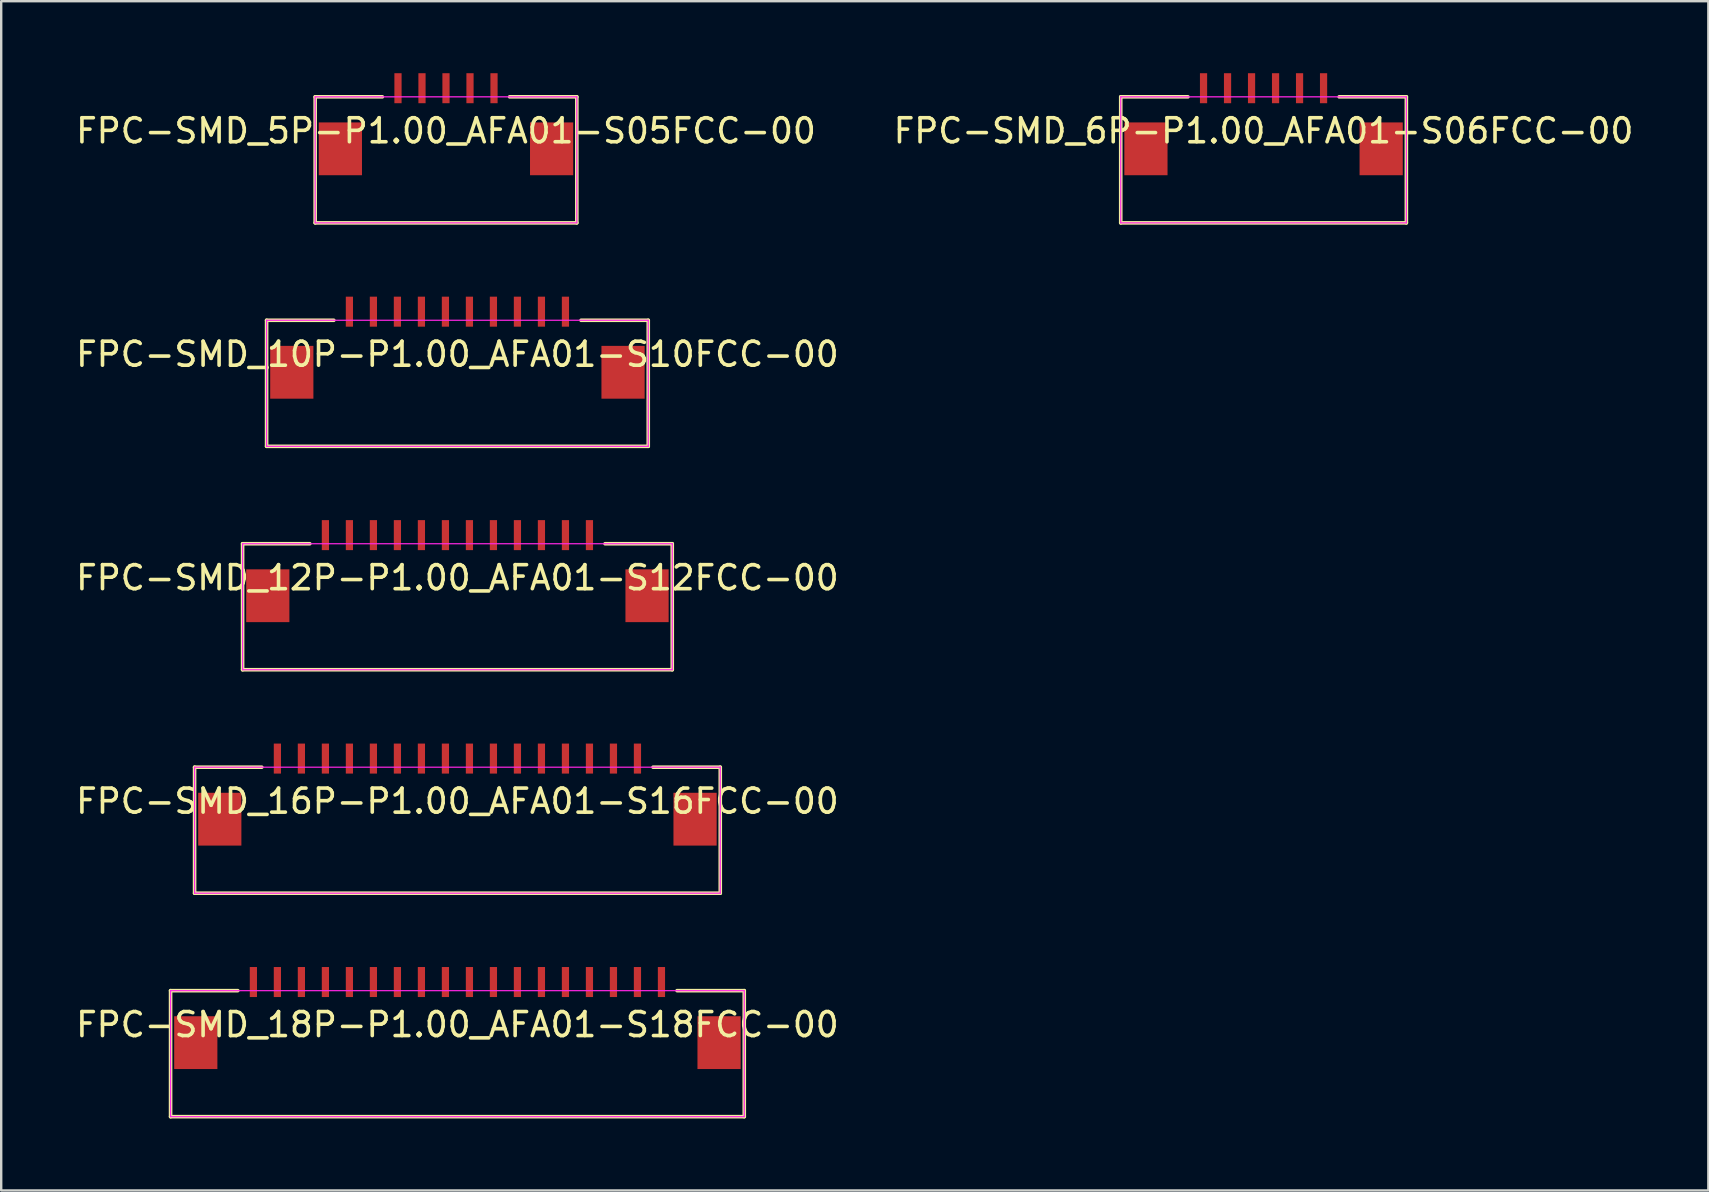
<source format=kicad_pcb>
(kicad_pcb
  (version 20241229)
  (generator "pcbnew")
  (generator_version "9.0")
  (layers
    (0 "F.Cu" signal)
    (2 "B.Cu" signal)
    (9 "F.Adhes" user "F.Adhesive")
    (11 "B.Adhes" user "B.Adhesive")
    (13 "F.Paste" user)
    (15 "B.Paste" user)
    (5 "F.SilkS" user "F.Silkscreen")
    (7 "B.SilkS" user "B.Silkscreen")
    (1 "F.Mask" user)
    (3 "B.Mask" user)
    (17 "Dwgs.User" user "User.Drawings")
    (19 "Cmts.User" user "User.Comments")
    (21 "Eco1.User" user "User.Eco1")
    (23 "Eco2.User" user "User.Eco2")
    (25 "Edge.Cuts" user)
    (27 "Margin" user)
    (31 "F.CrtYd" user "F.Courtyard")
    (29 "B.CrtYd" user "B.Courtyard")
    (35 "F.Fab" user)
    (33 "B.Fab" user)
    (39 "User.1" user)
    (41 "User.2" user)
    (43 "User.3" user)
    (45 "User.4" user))
  (footprint "FPC-SMD_16P-P1.00_AFA01-S16FCC-00"
    (layer "F.Cu")
    (at 16.006 28.552)
    (property "Reference" "FPC-SMD_16P-P1.00_AFA01-S16FCC-00" (at 0 1.775 0) (layer "F.SilkS") (effects (font (size 1 1) (thickness 0.15))))
    (fp_line (start -10.95 0.359) (end -10.95 5.609) (stroke (width 0.15) (type default)) (layer "F.SilkS"))
    (fp_line (start -10.95 0.359) (end -8.15 0.359) (stroke (width 0.15) (type default)) (layer "F.SilkS"))
    (fp_line (start -10.95 5.609) (end 10.95 5.609) (stroke (width 0.15) (type default)) (layer "F.SilkS"))
    (fp_line (start 10.95 0.359) (end 8.15 0.359) (stroke (width 0.15) (type default)) (layer "F.SilkS"))
    (fp_line (start 10.95 0.359) (end 10.95 5.609) (stroke (width 0.15) (type default)) (layer "F.SilkS"))
    (fp_line (start -10.95 0.359) (end -10.95 5.609) (stroke (width 0.05) (type default)) (layer "F.CrtYd"))
    (fp_line (start -10.95 0.359) (end 10.95 0.359) (stroke (width 0.05) (type default)) (layer "F.CrtYd"))
    (fp_line (start -10.95 5.609) (end 10.95 5.609) (stroke (width 0.05) (type default)) (layer "F.CrtYd"))
    (fp_line (start 10.95 0.359) (end 10.95 5.609) (stroke (width 0.05) (type default)) (layer "F.CrtYd"))
    (pad "0" smd rect (at -9.9 2.525) (size 1.8 2.2) (layers "F.Cu" "F.Mask" "F.Paste"))
    (pad "0" smd rect (at 9.9 2.525) (size 1.8 2.2) (layers "F.Cu" "F.Mask" "F.Paste"))
    (pad "1" smd rect (at -7.5 0) (size 0.3 1.25) (layers "F.Cu" "F.Mask" "F.Paste"))
    (pad "2" smd rect (at -6.5 0) (size 0.3 1.25) (layers "F.Cu" "F.Mask" "F.Paste"))
    (pad "3" smd rect (at -5.5 0) (size 0.3 1.25) (layers "F.Cu" "F.Mask" "F.Paste"))
    (pad "4" smd rect (at -4.5 0) (size 0.3 1.25) (layers "F.Cu" "F.Mask" "F.Paste"))
    (pad "5" smd rect (at -3.5 0) (size 0.3 1.25) (layers "F.Cu" "F.Mask" "F.Paste"))
    (pad "6" smd rect (at -2.5 0) (size 0.3 1.25) (layers "F.Cu" "F.Mask" "F.Paste"))
    (pad "7" smd rect (at -1.5 0) (size 0.3 1.25) (layers "F.Cu" "F.Mask" "F.Paste"))
    (pad "8" smd rect (at -0.5 0) (size 0.3 1.25) (layers "F.Cu" "F.Mask" "F.Paste"))
    (pad "9" smd rect (at 0.5 0) (size 0.3 1.25) (layers "F.Cu" "F.Mask" "F.Paste"))
    (pad "10" smd rect (at 1.5 0) (size 0.3 1.25) (layers "F.Cu" "F.Mask" "F.Paste"))
    (pad "11" smd rect (at 2.5 0) (size 0.3 1.25) (layers "F.Cu" "F.Mask" "F.Paste"))
    (pad "12" smd rect (at 3.5 0) (size 0.3 1.25) (layers "F.Cu" "F.Mask" "F.Paste"))
    (pad "13" smd rect (at 4.5 0) (size 0.3 1.25) (layers "F.Cu" "F.Mask" "F.Paste"))
    (pad "14" smd rect (at 5.5 0) (size 0.3 1.25) (layers "F.Cu" "F.Mask" "F.Paste"))
    (pad "15" smd rect (at 6.5 0) (size 0.3 1.25) (layers "F.Cu" "F.Mask" "F.Paste"))
    (pad "16" smd rect (at 7.5 0) (size 0.3 1.25) (layers "F.Cu" "F.Mask" "F.Paste")))
  (footprint "FPC-SMD_12P-P1.00_AFA01-S12FCC-00"
    (layer "F.Cu")
    (at 16.006 19.243)
    (property "Reference" "FPC-SMD_12P-P1.00_AFA01-S12FCC-00" (at 0 1.775 0) (layer "F.SilkS") (effects (font (size 1 1) (thickness 0.15))))
    (fp_line (start -8.95 0.359) (end -8.95 5.609) (stroke (width 0.15) (type default)) (layer "F.SilkS"))
    (fp_line (start -8.95 0.359) (end -6.15 0.359) (stroke (width 0.15) (type default)) (layer "F.SilkS"))
    (fp_line (start -8.95 5.609) (end 8.95 5.609) (stroke (width 0.15) (type default)) (layer "F.SilkS"))
    (fp_line (start 8.95 0.359) (end 6.15 0.359) (stroke (width 0.15) (type default)) (layer "F.SilkS"))
    (fp_line (start 8.95 0.359) (end 8.95 5.609) (stroke (width 0.15) (type default)) (layer "F.SilkS"))
    (fp_line (start -8.95 0.359) (end -8.95 5.609) (stroke (width 0.05) (type default)) (layer "F.CrtYd"))
    (fp_line (start -8.95 0.359) (end 8.95 0.359) (stroke (width 0.05) (type default)) (layer "F.CrtYd"))
    (fp_line (start -8.95 5.609) (end 8.95 5.609) (stroke (width 0.05) (type default)) (layer "F.CrtYd"))
    (fp_line (start 8.95 0.359) (end 8.95 5.609) (stroke (width 0.05) (type default)) (layer "F.CrtYd"))
    (pad "0" smd rect (at -7.9 2.525) (size 1.8 2.2) (layers "F.Cu" "F.Mask" "F.Paste"))
    (pad "0" smd rect (at 7.9 2.525) (size 1.8 2.2) (layers "F.Cu" "F.Mask" "F.Paste"))
    (pad "1" smd rect (at -5.5 0) (size 0.3 1.25) (layers "F.Cu" "F.Mask" "F.Paste"))
    (pad "2" smd rect (at -4.5 0) (size 0.3 1.25) (layers "F.Cu" "F.Mask" "F.Paste"))
    (pad "3" smd rect (at -3.5 0) (size 0.3 1.25) (layers "F.Cu" "F.Mask" "F.Paste"))
    (pad "4" smd rect (at -2.5 0) (size 0.3 1.25) (layers "F.Cu" "F.Mask" "F.Paste"))
    (pad "5" smd rect (at -1.5 0) (size 0.3 1.25) (layers "F.Cu" "F.Mask" "F.Paste"))
    (pad "6" smd rect (at -0.5 0) (size 0.3 1.25) (layers "F.Cu" "F.Mask" "F.Paste"))
    (pad "7" smd rect (at 0.5 0) (size 0.3 1.25) (layers "F.Cu" "F.Mask" "F.Paste"))
    (pad "8" smd rect (at 1.5 0) (size 0.3 1.25) (layers "F.Cu" "F.Mask" "F.Paste"))
    (pad "9" smd rect (at 2.5 0) (size 0.3 1.25) (layers "F.Cu" "F.Mask" "F.Paste"))
    (pad "10" smd rect (at 3.5 0) (size 0.3 1.25) (layers "F.Cu" "F.Mask" "F.Paste"))
    (pad "11" smd rect (at 4.5 0) (size 0.3 1.25) (layers "F.Cu" "F.Mask" "F.Paste"))
    (pad "12" smd rect (at 5.5 0) (size 0.3 1.25) (layers "F.Cu" "F.Mask" "F.Paste")))
  (footprint "FPC-SMD_10P-P1.00_AFA01-S10FCC-00"
    (layer "F.Cu")
    (at 16.006 9.934)
    (property "Reference" "FPC-SMD_10P-P1.00_AFA01-S10FCC-00" (at 0 1.775 0) (layer "F.SilkS") (effects (font (size 1 1) (thickness 0.15))))
    (fp_line (start -7.95 0.359) (end -7.95 5.609) (stroke (width 0.15) (type default)) (layer "F.SilkS"))
    (fp_line (start -7.95 0.359) (end -5.15 0.359) (stroke (width 0.15) (type default)) (layer "F.SilkS"))
    (fp_line (start -7.95 5.609) (end 7.95 5.609) (stroke (width 0.15) (type default)) (layer "F.SilkS"))
    (fp_line (start 7.95 0.359) (end 5.15 0.359) (stroke (width 0.15) (type default)) (layer "F.SilkS"))
    (fp_line (start 7.95 0.359) (end 7.95 5.609) (stroke (width 0.15) (type default)) (layer "F.SilkS"))
    (fp_line (start -7.95 0.359) (end -7.95 5.609) (stroke (width 0.05) (type default)) (layer "F.CrtYd"))
    (fp_line (start -7.95 0.359) (end 7.95 0.359) (stroke (width 0.05) (type default)) (layer "F.CrtYd"))
    (fp_line (start -7.95 5.609) (end 7.95 5.609) (stroke (width 0.05) (type default)) (layer "F.CrtYd"))
    (fp_line (start 7.95 0.359) (end 7.95 5.609) (stroke (width 0.05) (type default)) (layer "F.CrtYd"))
    (pad "0" smd rect (at -6.9 2.525) (size 1.8 2.2) (layers "F.Cu" "F.Mask" "F.Paste"))
    (pad "0" smd rect (at 6.9 2.525) (size 1.8 2.2) (layers "F.Cu" "F.Mask" "F.Paste"))
    (pad "1" smd rect (at -4.5 0) (size 0.3 1.25) (layers "F.Cu" "F.Mask" "F.Paste"))
    (pad "2" smd rect (at -3.5 0) (size 0.3 1.25) (layers "F.Cu" "F.Mask" "F.Paste"))
    (pad "3" smd rect (at -2.5 0) (size 0.3 1.25) (layers "F.Cu" "F.Mask" "F.Paste"))
    (pad "4" smd rect (at -1.5 0) (size 0.3 1.25) (layers "F.Cu" "F.Mask" "F.Paste"))
    (pad "5" smd rect (at -0.5 0) (size 0.3 1.25) (layers "F.Cu" "F.Mask" "F.Paste"))
    (pad "6" smd rect (at 0.5 0) (size 0.3 1.25) (layers "F.Cu" "F.Mask" "F.Paste"))
    (pad "7" smd rect (at 1.5 0) (size 0.3 1.25) (layers "F.Cu" "F.Mask" "F.Paste"))
    (pad "8" smd rect (at 2.5 0) (size 0.3 1.25) (layers "F.Cu" "F.Mask" "F.Paste"))
    (pad "9" smd rect (at 3.5 0) (size 0.3 1.25) (layers "F.Cu" "F.Mask" "F.Paste"))
    (pad "10" smd rect (at 4.5 0) (size 0.3 1.25) (layers "F.Cu" "F.Mask" "F.Paste")))
  (footprint "FPC-SMD_18P-P1.00_AFA01-S18FCC-00"
    (layer "F.Cu")
    (at 16.006 37.861)
    (property "Reference" "FPC-SMD_18P-P1.00_AFA01-S18FCC-00" (at 0 1.775 0) (layer "F.SilkS") (effects (font (size 1 1) (thickness 0.15))))
    (fp_line (start -11.95 0.359) (end -11.95 5.609) (stroke (width 0.15) (type default)) (layer "F.SilkS"))
    (fp_line (start -11.95 0.359) (end -9.15 0.359) (stroke (width 0.15) (type default)) (layer "F.SilkS"))
    (fp_line (start -11.95 5.609) (end 11.95 5.609) (stroke (width 0.15) (type default)) (layer "F.SilkS"))
    (fp_line (start 11.95 0.359) (end 9.15 0.359) (stroke (width 0.15) (type default)) (layer "F.SilkS"))
    (fp_line (start 11.95 0.359) (end 11.95 5.609) (stroke (width 0.15) (type default)) (layer "F.SilkS"))
    (fp_line (start -11.95 0.359) (end -11.95 5.609) (stroke (width 0.05) (type default)) (layer "F.CrtYd"))
    (fp_line (start -11.95 0.359) (end 11.95 0.359) (stroke (width 0.05) (type default)) (layer "F.CrtYd"))
    (fp_line (start -11.95 5.609) (end 11.95 5.609) (stroke (width 0.05) (type default)) (layer "F.CrtYd"))
    (fp_line (start 11.95 0.359) (end 11.95 5.609) (stroke (width 0.05) (type default)) (layer "F.CrtYd"))
    (pad "0" smd rect (at -10.9 2.525) (size 1.8 2.2) (layers "F.Cu" "F.Mask" "F.Paste"))
    (pad "0" smd rect (at 10.9 2.525) (size 1.8 2.2) (layers "F.Cu" "F.Mask" "F.Paste"))
    (pad "1" smd rect (at -8.5 0) (size 0.3 1.25) (layers "F.Cu" "F.Mask" "F.Paste"))
    (pad "2" smd rect (at -7.5 0) (size 0.3 1.25) (layers "F.Cu" "F.Mask" "F.Paste"))
    (pad "3" smd rect (at -6.5 0) (size 0.3 1.25) (layers "F.Cu" "F.Mask" "F.Paste"))
    (pad "4" smd rect (at -5.5 0) (size 0.3 1.25) (layers "F.Cu" "F.Mask" "F.Paste"))
    (pad "5" smd rect (at -4.5 0) (size 0.3 1.25) (layers "F.Cu" "F.Mask" "F.Paste"))
    (pad "6" smd rect (at -3.5 0) (size 0.3 1.25) (layers "F.Cu" "F.Mask" "F.Paste"))
    (pad "7" smd rect (at -2.5 0) (size 0.3 1.25) (layers "F.Cu" "F.Mask" "F.Paste"))
    (pad "8" smd rect (at -1.5 0) (size 0.3 1.25) (layers "F.Cu" "F.Mask" "F.Paste"))
    (pad "9" smd rect (at -0.5 0) (size 0.3 1.25) (layers "F.Cu" "F.Mask" "F.Paste"))
    (pad "10" smd rect (at 0.5 0) (size 0.3 1.25) (layers "F.Cu" "F.Mask" "F.Paste"))
    (pad "11" smd rect (at 1.5 0) (size 0.3 1.25) (layers "F.Cu" "F.Mask" "F.Paste"))
    (pad "12" smd rect (at 2.5 0) (size 0.3 1.25) (layers "F.Cu" "F.Mask" "F.Paste"))
    (pad "13" smd rect (at 3.5 0) (size 0.3 1.25) (layers "F.Cu" "F.Mask" "F.Paste"))
    (pad "14" smd rect (at 4.5 0) (size 0.3 1.25) (layers "F.Cu" "F.Mask" "F.Paste"))
    (pad "15" smd rect (at 5.5 0) (size 0.3 1.25) (layers "F.Cu" "F.Mask" "F.Paste"))
    (pad "16" smd rect (at 6.5 0) (size 0.3 1.25) (layers "F.Cu" "F.Mask" "F.Paste"))
    (pad "17" smd rect (at 7.5 0) (size 0.3 1.25) (layers "F.Cu" "F.Mask" "F.Paste"))
    (pad "18" smd rect (at 8.5 0) (size 0.3 1.25) (layers "F.Cu" "F.Mask" "F.Paste")))
  (footprint "FPC-SMD_5P-P1.00_AFA01-S05FCC-00"
    (layer "F.Cu")
    (at 15.53 0.625)
    (property "Reference" "FPC-SMD_5P-P1.00_AFA01-S05FCC-00" (at 0 1.775 0) (layer "F.SilkS") (effects (font (size 1 1) (thickness 0.15))))
    (fp_line (start -5.45 0.359) (end -5.45 5.609) (stroke (width 0.15) (type default)) (layer "F.SilkS"))
    (fp_line (start -5.45 0.359) (end -2.65 0.359) (stroke (width 0.15) (type default)) (layer "F.SilkS"))
    (fp_line (start -5.45 5.609) (end 5.45 5.609) (stroke (width 0.15) (type default)) (layer "F.SilkS"))
    (fp_line (start 5.45 0.359) (end 2.65 0.359) (stroke (width 0.15) (type default)) (layer "F.SilkS"))
    (fp_line (start 5.45 0.359) (end 5.45 5.609) (stroke (width 0.15) (type default)) (layer "F.SilkS"))
    (fp_line (start -5.45 0.359) (end -5.45 5.609) (stroke (width 0.05) (type default)) (layer "F.CrtYd"))
    (fp_line (start -5.45 0.359) (end 5.45 0.359) (stroke (width 0.05) (type default)) (layer "F.CrtYd"))
    (fp_line (start -5.45 5.609) (end 5.45 5.609) (stroke (width 0.05) (type default)) (layer "F.CrtYd"))
    (fp_line (start 5.45 0.359) (end 5.45 5.609) (stroke (width 0.05) (type default)) (layer "F.CrtYd"))
    (pad "0" smd rect (at -4.4 2.525) (size 1.8 2.2) (layers "F.Cu" "F.Mask" "F.Paste"))
    (pad "0" smd rect (at 4.4 2.525) (size 1.8 2.2) (layers "F.Cu" "F.Mask" "F.Paste"))
    (pad "1" smd rect (at -2 0) (size 0.3 1.25) (layers "F.Cu" "F.Mask" "F.Paste"))
    (pad "2" smd rect (at -1 0) (size 0.3 1.25) (layers "F.Cu" "F.Mask" "F.Paste"))
    (pad "3" smd rect (at 0 0) (size 0.3 1.25) (layers "F.Cu" "F.Mask" "F.Paste"))
    (pad "4" smd rect (at 1 0) (size 0.3 1.25) (layers "F.Cu" "F.Mask" "F.Paste"))
    (pad "5" smd rect (at 2 0) (size 0.3 1.25) (layers "F.Cu" "F.Mask" "F.Paste")))
  (footprint "FPC-SMD_6P-P1.00_AFA01-S06FCC-00"
    (layer "F.Cu")
    (at 49.589 0.625)
    (property "Reference" "FPC-SMD_6P-P1.00_AFA01-S06FCC-00" (at 0 1.775 0) (layer "F.SilkS") (effects (font (size 1 1) (thickness 0.15))))
    (fp_line (start -5.95 0.359) (end -5.95 5.609) (stroke (width 0.15) (type default)) (layer "F.SilkS"))
    (fp_line (start -5.95 0.359) (end -3.15 0.359) (stroke (width 0.15) (type default)) (layer "F.SilkS"))
    (fp_line (start -5.95 5.609) (end 5.95 5.609) (stroke (width 0.15) (type default)) (layer "F.SilkS"))
    (fp_line (start 5.95 0.359) (end 3.15 0.359) (stroke (width 0.15) (type default)) (layer "F.SilkS"))
    (fp_line (start 5.95 0.359) (end 5.95 5.609) (stroke (width 0.15) (type default)) (layer "F.SilkS"))
    (fp_line (start -5.95 0.359) (end -5.95 5.609) (stroke (width 0.05) (type default)) (layer "F.CrtYd"))
    (fp_line (start -5.95 0.359) (end 5.95 0.359) (stroke (width 0.05) (type default)) (layer "F.CrtYd"))
    (fp_line (start -5.95 5.609) (end 5.95 5.609) (stroke (width 0.05) (type default)) (layer "F.CrtYd"))
    (fp_line (start 5.95 0.359) (end 5.95 5.609) (stroke (width 0.05) (type default)) (layer "F.CrtYd"))
    (pad "0" smd rect (at -4.9 2.525) (size 1.8 2.2) (layers "F.Cu" "F.Mask" "F.Paste"))
    (pad "0" smd rect (at 4.9 2.525) (size 1.8 2.2) (layers "F.Cu" "F.Mask" "F.Paste"))
    (pad "1" smd rect (at -2.5 0) (size 0.3 1.25) (layers "F.Cu" "F.Mask" "F.Paste"))
    (pad "2" smd rect (at -1.5 0) (size 0.3 1.25) (layers "F.Cu" "F.Mask" "F.Paste"))
    (pad "3" smd rect (at -0.5 0) (size 0.3 1.25) (layers "F.Cu" "F.Mask" "F.Paste"))
    (pad "4" smd rect (at 0.5 0) (size 0.3 1.25) (layers "F.Cu" "F.Mask" "F.Paste"))
    (pad "5" smd rect (at 1.5 0) (size 0.3 1.25) (layers "F.Cu" "F.Mask" "F.Paste"))
    (pad "6" smd rect (at 2.5 0) (size 0.3 1.25) (layers "F.Cu" "F.Mask" "F.Paste")))
  (gr_rect
    (start -3 -3)
    (end 68.119 46.545)
    (stroke (width 0.1) (type default))
    (fill no)
    (layer "Edge.Cuts")))
</source>
